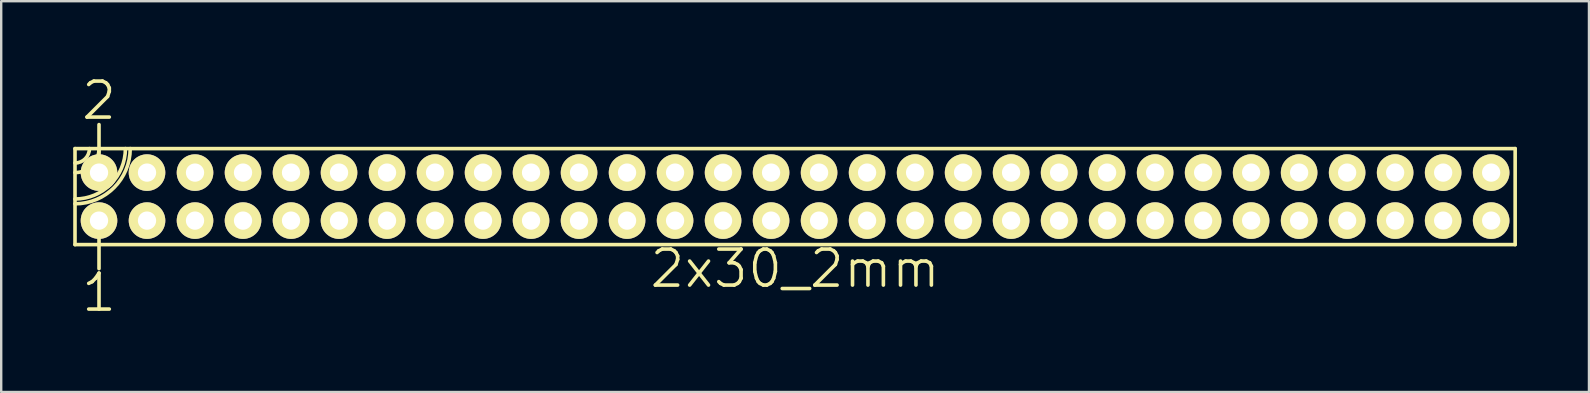
<source format=kicad_pcb>
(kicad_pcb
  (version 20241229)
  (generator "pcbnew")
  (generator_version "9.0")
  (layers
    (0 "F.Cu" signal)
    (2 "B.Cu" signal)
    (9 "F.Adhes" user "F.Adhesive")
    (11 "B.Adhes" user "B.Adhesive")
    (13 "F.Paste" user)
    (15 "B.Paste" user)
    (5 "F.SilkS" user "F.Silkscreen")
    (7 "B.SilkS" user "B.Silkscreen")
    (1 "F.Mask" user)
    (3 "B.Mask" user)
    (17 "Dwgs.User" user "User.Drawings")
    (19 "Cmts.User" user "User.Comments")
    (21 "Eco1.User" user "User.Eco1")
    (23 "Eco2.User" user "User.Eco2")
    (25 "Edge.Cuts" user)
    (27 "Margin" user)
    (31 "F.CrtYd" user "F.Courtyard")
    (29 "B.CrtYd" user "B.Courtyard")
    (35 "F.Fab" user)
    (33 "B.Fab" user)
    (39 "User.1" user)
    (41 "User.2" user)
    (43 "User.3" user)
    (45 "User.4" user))
  (footprint "2x30_2mm"
    (layer "F.Cu")
    (at 30.075 5.141)
    (property "Reference" "2x30_2mm" (at 0 3 0) (layer "F.SilkS") (effects (font (size 1.5 1.5) (thickness 0.15))))
    (attr through_hole)
    (fp_line (start -30 -2) (end 30 -2) (stroke (width 0.15) (type solid)) (layer "F.SilkS"))
    (fp_line (start -30 2) (end -30 -2) (stroke (width 0.15) (type solid)) (layer "F.SilkS"))
    (fp_line (start -29 -1) (end -29 -3) (stroke (width 0.15) (type solid)) (layer "F.SilkS"))
    (fp_line (start -29 1) (end -29 3) (stroke (width 0.15) (type solid)) (layer "F.SilkS"))
    (fp_line (start 30 -2) (end 30 2) (stroke (width 0.15) (type solid)) (layer "F.SilkS"))
    (fp_line (start 30 2) (end -30 2) (stroke (width 0.15) (type solid)) (layer "F.SilkS"))
    (fp_arc (start -29.4 -2) (mid -29.575736 -1.575736) (end -30 -1.4) (stroke (width 0.15) (type solid)) (layer "F.SilkS"))
    (fp_arc (start -29 -2) (mid -29.292893 -1.292893) (end -30 -1) (stroke (width 0.15) (type solid)) (layer "F.SilkS"))
    (fp_arc (start -27.9 -2) (mid -28.515076 -0.515076) (end -30 0.1) (stroke (width 0.15) (type solid)) (layer "F.SilkS"))
    (fp_arc (start -27.7 -2) (mid -28.373654 -0.373654) (end -30 0.3) (stroke (width 0.15) (type solid)) (layer "F.SilkS"))
    (fp_text user "1" (at -29 4 0) (layer "F.SilkS") (effects (font (size 1.5 1.5) (thickness 0.15))))
    (fp_text user "2" (at -29 -4 0) (layer "F.SilkS") (effects (font (size 1.5 1.5) (thickness 0.15))))
    (pad "1" thru_hole circle (at -29 1) (size 1.524 1.524) (drill 0.762) (layers "*.Cu" "*.Mask" "F.SilkS"))
    (pad "2" thru_hole circle (at -29 -1) (size 1.524 1.524) (drill 0.762) (layers "*.Cu" "*.Mask" "F.SilkS"))
    (pad "3" thru_hole circle (at -27 1) (size 1.524 1.524) (drill 0.762) (layers "*.Cu" "*.Mask" "F.SilkS"))
    (pad "4" thru_hole circle (at -27 -1) (size 1.524 1.524) (drill 0.762) (layers "*.Cu" "*.Mask" "F.SilkS"))
    (pad "5" thru_hole circle (at -25 1) (size 1.524 1.524) (drill 0.762) (layers "*.Cu" "*.Mask" "F.SilkS"))
    (pad "6" thru_hole circle (at -25 -1) (size 1.524 1.524) (drill 0.762) (layers "*.Cu" "*.Mask" "F.SilkS"))
    (pad "7" thru_hole circle (at -23 1) (size 1.524 1.524) (drill 0.762) (layers "*.Cu" "*.Mask" "F.SilkS"))
    (pad "8" thru_hole circle (at -23 -1) (size 1.524 1.524) (drill 0.762) (layers "*.Cu" "*.Mask" "F.SilkS"))
    (pad "9" thru_hole circle (at -21 1) (size 1.524 1.524) (drill 0.762) (layers "*.Cu" "*.Mask" "F.SilkS"))
    (pad "10" thru_hole circle (at -21 -1) (size 1.524 1.524) (drill 0.762) (layers "*.Cu" "*.Mask" "F.SilkS"))
    (pad "11" thru_hole circle (at -19 1) (size 1.524 1.524) (drill 0.762) (layers "*.Cu" "*.Mask" "F.SilkS"))
    (pad "12" thru_hole circle (at -19 -1) (size 1.524 1.524) (drill 0.762) (layers "*.Cu" "*.Mask" "F.SilkS"))
    (pad "13" thru_hole circle (at -17 1) (size 1.524 1.524) (drill 0.762) (layers "*.Cu" "*.Mask" "F.SilkS"))
    (pad "14" thru_hole circle (at -17 -1) (size 1.524 1.524) (drill 0.762) (layers "*.Cu" "*.Mask" "F.SilkS"))
    (pad "15" thru_hole circle (at -15 1) (size 1.524 1.524) (drill 0.762) (layers "*.Cu" "*.Mask" "F.SilkS"))
    (pad "16" thru_hole circle (at -15 -1) (size 1.524 1.524) (drill 0.762) (layers "*.Cu" "*.Mask" "F.SilkS"))
    (pad "17" thru_hole circle (at -13 1) (size 1.524 1.524) (drill 0.762) (layers "*.Cu" "*.Mask" "F.SilkS"))
    (pad "18" thru_hole circle (at -13 -1) (size 1.524 1.524) (drill 0.762) (layers "*.Cu" "*.Mask" "F.SilkS"))
    (pad "19" thru_hole circle (at -11 1) (size 1.524 1.524) (drill 0.762) (layers "*.Cu" "*.Mask" "F.SilkS"))
    (pad "20" thru_hole circle (at -11 -1) (size 1.524 1.524) (drill 0.762) (layers "*.Cu" "*.Mask" "F.SilkS"))
    (pad "21" thru_hole circle (at -9 1) (size 1.524 1.524) (drill 0.762) (layers "*.Cu" "*.Mask" "F.SilkS"))
    (pad "22" thru_hole circle (at -9 -1) (size 1.524 1.524) (drill 0.762) (layers "*.Cu" "*.Mask" "F.SilkS"))
    (pad "23" thru_hole circle (at -7 1) (size 1.524 1.524) (drill 0.762) (layers "*.Cu" "*.Mask" "F.SilkS"))
    (pad "24" thru_hole circle (at -7 -1) (size 1.524 1.524) (drill 0.762) (layers "*.Cu" "*.Mask" "F.SilkS"))
    (pad "25" thru_hole circle (at -5 1) (size 1.524 1.524) (drill 0.762) (layers "*.Cu" "*.Mask" "F.SilkS"))
    (pad "26" thru_hole circle (at -5 -1) (size 1.524 1.524) (drill 0.762) (layers "*.Cu" "*.Mask" "F.SilkS"))
    (pad "27" thru_hole circle (at -3 1) (size 1.524 1.524) (drill 0.762) (layers "*.Cu" "*.Mask" "F.SilkS"))
    (pad "28" thru_hole circle (at -3 -1) (size 1.524 1.524) (drill 0.762) (layers "*.Cu" "*.Mask" "F.SilkS"))
    (pad "29" thru_hole circle (at -1 1) (size 1.524 1.524) (drill 0.762) (layers "*.Cu" "*.Mask" "F.SilkS"))
    (pad "30" thru_hole circle (at -1 -1) (size 1.524 1.524) (drill 0.762) (layers "*.Cu" "*.Mask" "F.SilkS"))
    (pad "31" thru_hole circle (at 1 1) (size 1.524 1.524) (drill 0.762) (layers "*.Cu" "*.Mask" "F.SilkS"))
    (pad "32" thru_hole circle (at 1 -1) (size 1.524 1.524) (drill 0.762) (layers "*.Cu" "*.Mask" "F.SilkS"))
    (pad "33" thru_hole circle (at 3 1) (size 1.524 1.524) (drill 0.762) (layers "*.Cu" "*.Mask" "F.SilkS"))
    (pad "34" thru_hole circle (at 3 -1) (size 1.524 1.524) (drill 0.762) (layers "*.Cu" "*.Mask" "F.SilkS"))
    (pad "35" thru_hole circle (at 5 1) (size 1.524 1.524) (drill 0.762) (layers "*.Cu" "*.Mask" "F.SilkS"))
    (pad "36" thru_hole circle (at 5 -1) (size 1.524 1.524) (drill 0.762) (layers "*.Cu" "*.Mask" "F.SilkS"))
    (pad "37" thru_hole circle (at 7 1) (size 1.524 1.524) (drill 0.762) (layers "*.Cu" "*.Mask" "F.SilkS"))
    (pad "38" thru_hole circle (at 7 -1) (size 1.524 1.524) (drill 0.762) (layers "*.Cu" "*.Mask" "F.SilkS"))
    (pad "39" thru_hole circle (at 9 1) (size 1.524 1.524) (drill 0.762) (layers "*.Cu" "*.Mask" "F.SilkS"))
    (pad "40" thru_hole circle (at 9 -1) (size 1.524 1.524) (drill 0.762) (layers "*.Cu" "*.Mask" "F.SilkS"))
    (pad "41" thru_hole circle (at 11 1) (size 1.524 1.524) (drill 0.762) (layers "*.Cu" "*.Mask" "F.SilkS"))
    (pad "42" thru_hole circle (at 11 -1) (size 1.524 1.524) (drill 0.762) (layers "*.Cu" "*.Mask" "F.SilkS"))
    (pad "43" thru_hole circle (at 13 1) (size 1.524 1.524) (drill 0.762) (layers "*.Cu" "*.Mask" "F.SilkS"))
    (pad "44" thru_hole circle (at 13 -1) (size 1.524 1.524) (drill 0.762) (layers "*.Cu" "*.Mask" "F.SilkS"))
    (pad "45" thru_hole circle (at 15 1) (size 1.524 1.524) (drill 0.762) (layers "*.Cu" "*.Mask" "F.SilkS"))
    (pad "46" thru_hole circle (at 15 -1) (size 1.524 1.524) (drill 0.762) (layers "*.Cu" "*.Mask" "F.SilkS"))
    (pad "47" thru_hole circle (at 17 1) (size 1.524 1.524) (drill 0.762) (layers "*.Cu" "*.Mask" "F.SilkS"))
    (pad "48" thru_hole circle (at 17 -1) (size 1.524 1.524) (drill 0.762) (layers "*.Cu" "*.Mask" "F.SilkS"))
    (pad "49" thru_hole circle (at 19 1) (size 1.524 1.524) (drill 0.762) (layers "*.Cu" "*.Mask" "F.SilkS"))
    (pad "50" thru_hole circle (at 19 -1) (size 1.524 1.524) (drill 0.762) (layers "*.Cu" "*.Mask" "F.SilkS"))
    (pad "51" thru_hole circle (at 21 1) (size 1.524 1.524) (drill 0.762) (layers "*.Cu" "*.Mask" "F.SilkS"))
    (pad "52" thru_hole circle (at 21 -1) (size 1.524 1.524) (drill 0.762) (layers "*.Cu" "*.Mask" "F.SilkS"))
    (pad "53" thru_hole circle (at 23 1) (size 1.524 1.524) (drill 0.762) (layers "*.Cu" "*.Mask" "F.SilkS"))
    (pad "54" thru_hole circle (at 23 -1) (size 1.524 1.524) (drill 0.762) (layers "*.Cu" "*.Mask" "F.SilkS"))
    (pad "55" thru_hole circle (at 25 1) (size 1.524 1.524) (drill 0.762) (layers "*.Cu" "*.Mask" "F.SilkS"))
    (pad "56" thru_hole circle (at 25 -1) (size 1.524 1.524) (drill 0.762) (layers "*.Cu" "*.Mask" "F.SilkS"))
    (pad "57" thru_hole circle (at 27 1) (size 1.524 1.524) (drill 0.762) (layers "*.Cu" "*.Mask" "F.SilkS"))
    (pad "58" thru_hole circle (at 27 -1) (size 1.524 1.524) (drill 0.762) (layers "*.Cu" "*.Mask" "F.SilkS"))
    (pad "59" thru_hole circle (at 29 1) (size 1.524 1.524) (drill 0.762) (layers "*.Cu" "*.Mask" "F.SilkS"))
    (pad "60" thru_hole circle (at 29 -1) (size 1.524 1.524) (drill 0.762) (layers "*.Cu" "*.Mask" "F.SilkS")))
  (gr_rect
    (start -3 -3)
    (end 63.15 13.281)
    (stroke (width 0.1) (type default))
    (fill no)
    (layer "Edge.Cuts")))
</source>
